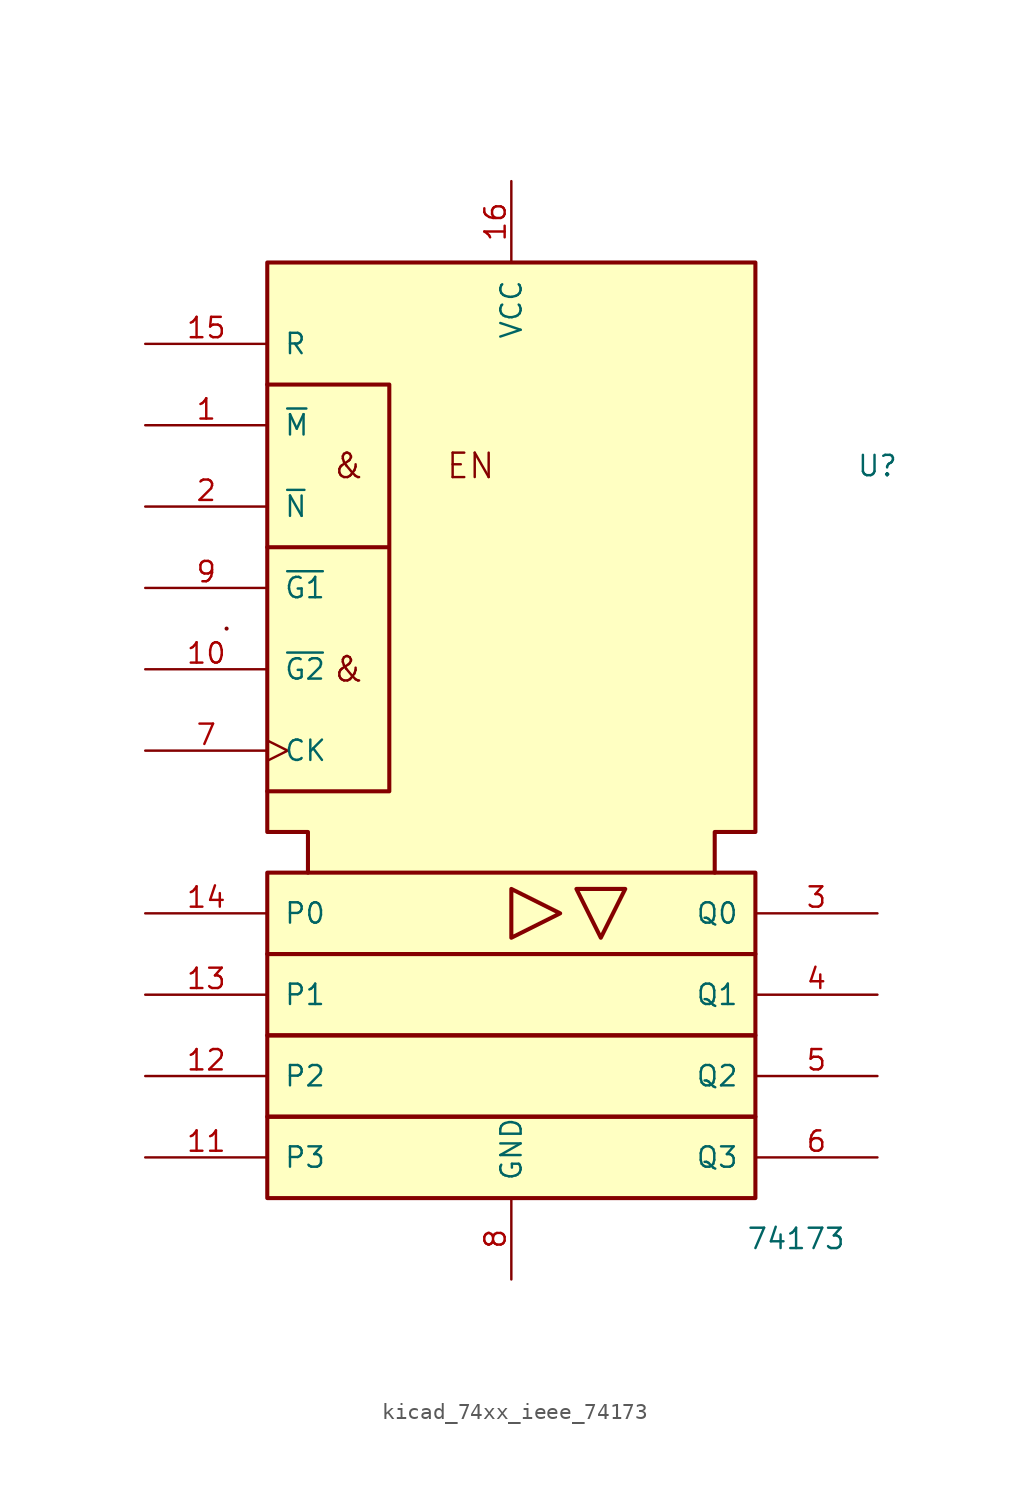
<source format=kicad_sym>
(kicad_symbol_lib
  (version 20220914)
  (generator kicad_symbol_editor)
  (symbol "kicad_74xx_ieee_74173"
    (pin_names
      (offset 1.016))
    (property "Reference" "U"
      (at 22.86 15.24 0)
      (effects (font (size 1.27 1.27))))
    (property "Value" "74173"
      (at 17.78 -33.02 0)
      (effects (font (size 1.27 1.27))))
    (symbol "kicad_74xx_ieee_74173_0_0"
      (polyline (pts (xy -17.78 5.08) (xy -17.78 5.08)) (stroke (width 0.254) (type default)) (fill (type background)))
      (polyline (pts (xy 0 -11.176) (xy 0 -14.224) (xy 3.048 -12.7) (xy 0 -11.176) (xy 0 -11.176)) (stroke (width 0.254) (type default)) (fill (type background)))
      (polyline (pts (xy 7.112 -11.176) (xy 4.064 -11.176) (xy 5.588 -14.224) (xy 7.112 -11.176) (xy 7.112 -11.176)) (stroke (width 0.254) (type default)) (fill (type background)))
      (polyline (pts (xy -15.24 20.32) (xy -7.62 20.32) (xy -7.62 10.16) (xy -15.24 10.16) (xy -7.62 10.16) (xy -7.62 -5.08) (xy -15.24 -5.08) (xy -15.24 -5.08)) (stroke (width 0.254) (type default)) (fill (type background)))
      (text "&" (at -10.16 2.54 0) (effects (font (size 1.524 1.524))))
      (text "&" (at -10.16 15.24 0) (effects (font (size 1.524 1.524))))
      (text "EN" (at -2.54 15.24 0) (effects (font (size 1.524 1.524))))
      (pin power_in line (at 0 33.02 270) (length 5.08) (name "VCC" (effects (font (size 1.27 1.27)))) (number "16" (effects (font (size 1.27 1.27)))))
      (pin power_in line (at 0 -35.56 90) (length 5.08) (name "GND" (effects (font (size 1.27 1.27)))) (number "8" (effects (font (size 1.27 1.27))))))
    (symbol "kicad_74xx_ieee_74173_0_1"
      (rectangle (start -15.24 -25.4) (end 15.24 -30.48) (stroke (width 0.254) (type default)) (fill (type background)))
      (rectangle (start -15.24 -20.32) (end 15.24 -25.4) (stroke (width 0.254) (type default)) (fill (type background)))
      (rectangle (start -15.24 -15.24) (end 15.24 -20.32) (stroke (width 0.254) (type default)) (fill (type background)))
      (rectangle (start -15.24 -10.16) (end 15.24 -15.24) (stroke (width 0.254) (type default)) (fill (type background)))
      (polyline (pts (xy -12.7 -10.16) (xy -12.7 -7.62) (xy -15.24 -7.62) (xy -15.24 27.94) (xy 15.24 27.94) (xy 15.24 -7.62) (xy 12.7 -7.62) (xy 12.7 -10.16) (xy 12.7 -10.16)) (stroke (width 0.254) (type default)) (fill (type background))))
    (symbol "kicad_74xx_ieee_74173_1_1"
      (pin input line (at -22.86 17.78 0) (length 7.62) (name "~{M}" (effects (font (size 1.27 1.27)))) (number "1" (effects (font (size 1.27 1.27)))))
      (pin input line (at -22.86 2.54 0) (length 7.62) (name "~{G2}" (effects (font (size 1.27 1.27)))) (number "10" (effects (font (size 1.27 1.27)))))
      (pin input line (at -22.86 -27.94 0) (length 7.62) (name "P3" (effects (font (size 1.27 1.27)))) (number "11" (effects (font (size 1.27 1.27)))))
      (pin input line (at -22.86 -22.86 0) (length 7.62) (name "P2" (effects (font (size 1.27 1.27)))) (number "12" (effects (font (size 1.27 1.27)))))
      (pin input line (at -22.86 -17.78 0) (length 7.62) (name "P1" (effects (font (size 1.27 1.27)))) (number "13" (effects (font (size 1.27 1.27)))))
      (pin input line (at -22.86 -12.7 0) (length 7.62) (name "P0" (effects (font (size 1.27 1.27)))) (number "14" (effects (font (size 1.27 1.27)))))
      (pin input line (at -22.86 22.86 0) (length 7.62) (name "R" (effects (font (size 1.27 1.27)))) (number "15" (effects (font (size 1.27 1.27)))))
      (pin input line (at -22.86 12.7 0) (length 7.62) (name "~{N}" (effects (font (size 1.27 1.27)))) (number "2" (effects (font (size 1.27 1.27)))))
      (pin output line (at 22.86 -12.7 180) (length 7.62) (name "Q0" (effects (font (size 1.27 1.27)))) (number "3" (effects (font (size 1.27 1.27)))))
      (pin output line (at 22.86 -17.78 180) (length 7.62) (name "Q1" (effects (font (size 1.27 1.27)))) (number "4" (effects (font (size 1.27 1.27)))))
      (pin output line (at 22.86 -22.86 180) (length 7.62) (name "Q2" (effects (font (size 1.27 1.27)))) (number "5" (effects (font (size 1.27 1.27)))))
      (pin output line (at 22.86 -27.94 180) (length 7.62) (name "Q3" (effects (font (size 1.27 1.27)))) (number "6" (effects (font (size 1.27 1.27)))))
      (pin input clock (at -22.86 -2.54 0) (length 7.62) (name "CK" (effects (font (size 1.27 1.27)))) (number "7" (effects (font (size 1.27 1.27)))))
      (pin input line (at -22.86 7.62 0) (length 7.62) (name "~{G1}" (effects (font (size 1.27 1.27)))) (number "9" (effects (font (size 1.27 1.27))))))))
</source>
